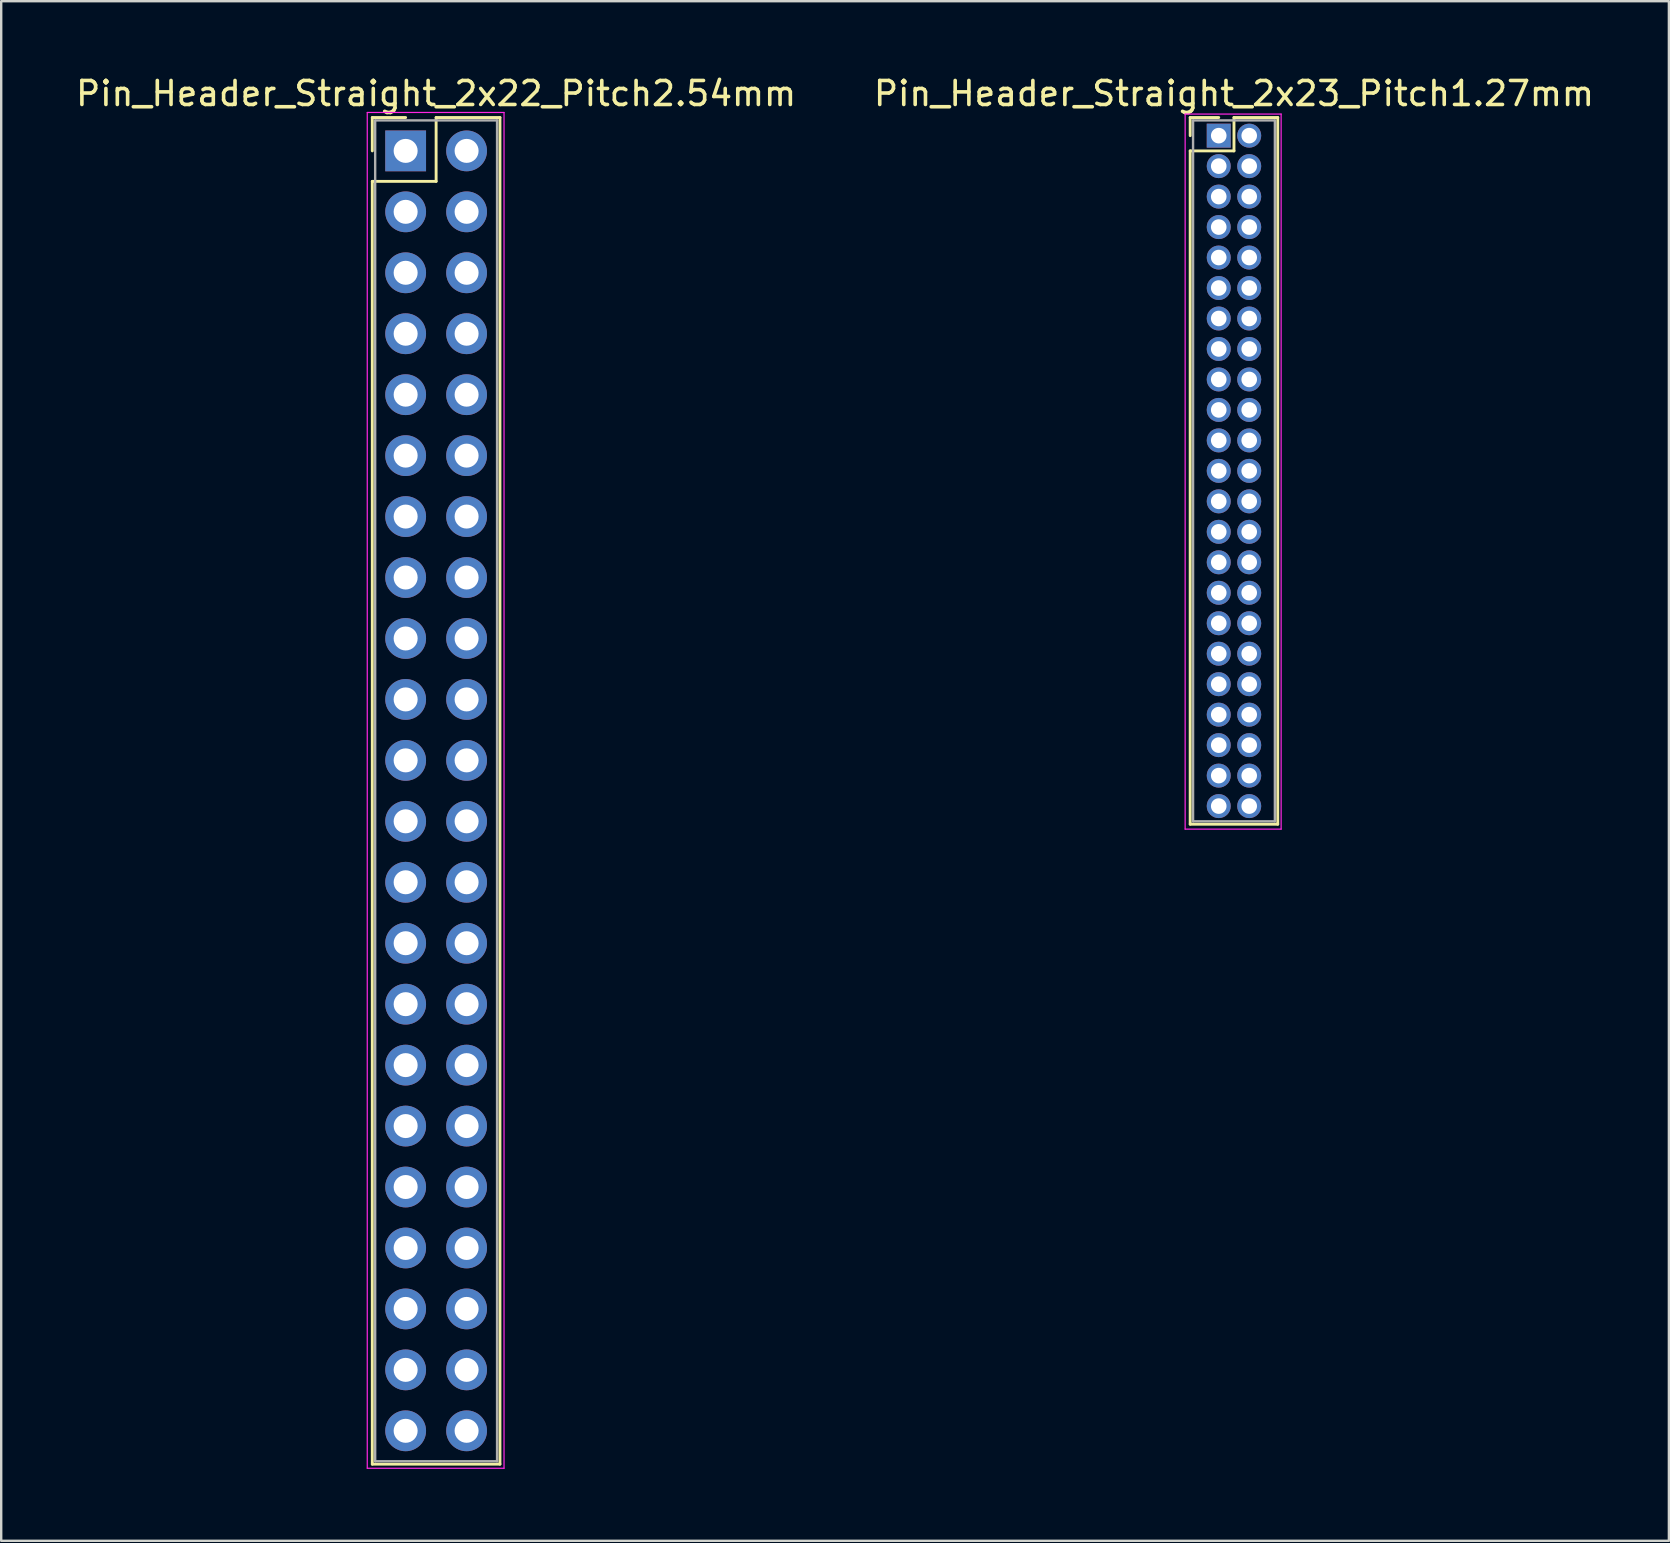
<source format=kicad_pcb>
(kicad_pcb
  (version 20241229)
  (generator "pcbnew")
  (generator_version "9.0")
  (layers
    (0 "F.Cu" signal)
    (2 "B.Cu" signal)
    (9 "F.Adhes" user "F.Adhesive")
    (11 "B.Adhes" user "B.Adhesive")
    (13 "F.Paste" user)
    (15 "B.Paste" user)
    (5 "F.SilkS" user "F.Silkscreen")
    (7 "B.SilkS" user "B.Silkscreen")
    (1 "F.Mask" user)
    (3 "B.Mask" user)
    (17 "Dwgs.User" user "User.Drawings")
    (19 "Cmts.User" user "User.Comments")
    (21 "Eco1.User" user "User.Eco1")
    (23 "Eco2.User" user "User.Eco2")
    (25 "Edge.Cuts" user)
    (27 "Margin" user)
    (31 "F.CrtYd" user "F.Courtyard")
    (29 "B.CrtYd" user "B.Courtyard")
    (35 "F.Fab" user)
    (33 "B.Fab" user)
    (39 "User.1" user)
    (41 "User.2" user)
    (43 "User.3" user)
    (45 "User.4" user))
  (footprint "Pin_Header_Straight_2x23_Pitch1.27mm"
    (layer "F.Cu")
    (at 47.74 2.603)
    (property "Reference" "Pin_Header_Straight_2x23_Pitch1.27mm" (at 0.635 -1.755 0) (layer "F.SilkS") (effects (font (size 1 1) (thickness 0.15))))
    (attr through_hole)
    (fp_line (start -1.19 -0.755) (end 0 -0.755) (stroke (width 0.12) (type solid)) (layer "F.SilkS"))
    (fp_line (start -1.19 0) (end -1.19 -0.755) (stroke (width 0.12) (type solid)) (layer "F.SilkS"))
    (fp_line (start -1.19 0.635) (end -1.19 28.695) (stroke (width 0.12) (type solid)) (layer "F.SilkS"))
    (fp_line (start -1.19 28.695) (end 2.46 28.695) (stroke (width 0.12) (type solid)) (layer "F.SilkS"))
    (fp_line (start 0.635 -0.755) (end 0.635 0.635) (stroke (width 0.12) (type solid)) (layer "F.SilkS"))
    (fp_line (start 0.635 0.635) (end -1.19 0.635) (stroke (width 0.12) (type solid)) (layer "F.SilkS"))
    (fp_line (start 2.46 -0.755) (end 0.635 -0.755) (stroke (width 0.12) (type solid)) (layer "F.SilkS"))
    (fp_line (start 2.46 28.695) (end 2.46 -0.755) (stroke (width 0.12) (type solid)) (layer "F.SilkS"))
    (fp_line (start -1.4 -0.9) (end -1.4 28.9) (stroke (width 0.05) (type solid)) (layer "F.CrtYd"))
    (fp_line (start -1.4 28.9) (end 2.6 28.9) (stroke (width 0.05) (type solid)) (layer "F.CrtYd"))
    (fp_line (start 2.6 -0.9) (end -1.4 -0.9) (stroke (width 0.05) (type solid)) (layer "F.CrtYd"))
    (fp_line (start 2.6 28.9) (end 2.6 -0.9) (stroke (width 0.05) (type solid)) (layer "F.CrtYd"))
    (fp_line (start -1.07 -0.635) (end -1.07 28.575) (stroke (width 0.1) (type solid)) (layer "F.Fab"))
    (fp_line (start -1.07 28.575) (end 2.34 28.575) (stroke (width 0.1) (type solid)) (layer "F.Fab"))
    (fp_line (start 2.34 -0.635) (end -1.07 -0.635) (stroke (width 0.1) (type solid)) (layer "F.Fab"))
    (fp_line (start 2.34 28.575) (end 2.34 -0.635) (stroke (width 0.1) (type solid)) (layer "F.Fab"))
    (pad "1" thru_hole rect (at 0 0) (size 1 1) (drill 0.65) (layers "*.Cu" "*.Mask"))
    (pad "2" thru_hole oval (at 1.27 0) (size 1 1) (drill 0.65) (layers "*.Cu" "*.Mask"))
    (pad "3" thru_hole oval (at 0 1.27) (size 1 1) (drill 0.65) (layers "*.Cu" "*.Mask"))
    (pad "4" thru_hole oval (at 1.27 1.27) (size 1 1) (drill 0.65) (layers "*.Cu" "*.Mask"))
    (pad "5" thru_hole oval (at 0 2.54) (size 1 1) (drill 0.65) (layers "*.Cu" "*.Mask"))
    (pad "6" thru_hole oval (at 1.27 2.54) (size 1 1) (drill 0.65) (layers "*.Cu" "*.Mask"))
    (pad "7" thru_hole oval (at 0 3.81) (size 1 1) (drill 0.65) (layers "*.Cu" "*.Mask"))
    (pad "8" thru_hole oval (at 1.27 3.81) (size 1 1) (drill 0.65) (layers "*.Cu" "*.Mask"))
    (pad "9" thru_hole oval (at 0 5.08) (size 1 1) (drill 0.65) (layers "*.Cu" "*.Mask"))
    (pad "10" thru_hole oval (at 1.27 5.08) (size 1 1) (drill 0.65) (layers "*.Cu" "*.Mask"))
    (pad "11" thru_hole oval (at 0 6.35) (size 1 1) (drill 0.65) (layers "*.Cu" "*.Mask"))
    (pad "12" thru_hole oval (at 1.27 6.35) (size 1 1) (drill 0.65) (layers "*.Cu" "*.Mask"))
    (pad "13" thru_hole oval (at 0 7.62) (size 1 1) (drill 0.65) (layers "*.Cu" "*.Mask"))
    (pad "14" thru_hole oval (at 1.27 7.62) (size 1 1) (drill 0.65) (layers "*.Cu" "*.Mask"))
    (pad "15" thru_hole oval (at 0 8.89) (size 1 1) (drill 0.65) (layers "*.Cu" "*.Mask"))
    (pad "16" thru_hole oval (at 1.27 8.89) (size 1 1) (drill 0.65) (layers "*.Cu" "*.Mask"))
    (pad "17" thru_hole oval (at 0 10.16) (size 1 1) (drill 0.65) (layers "*.Cu" "*.Mask"))
    (pad "18" thru_hole oval (at 1.27 10.16) (size 1 1) (drill 0.65) (layers "*.Cu" "*.Mask"))
    (pad "19" thru_hole oval (at 0 11.43) (size 1 1) (drill 0.65) (layers "*.Cu" "*.Mask"))
    (pad "20" thru_hole oval (at 1.27 11.43) (size 1 1) (drill 0.65) (layers "*.Cu" "*.Mask"))
    (pad "21" thru_hole oval (at 0 12.7) (size 1 1) (drill 0.65) (layers "*.Cu" "*.Mask"))
    (pad "22" thru_hole oval (at 1.27 12.7) (size 1 1) (drill 0.65) (layers "*.Cu" "*.Mask"))
    (pad "23" thru_hole oval (at 0 13.97) (size 1 1) (drill 0.65) (layers "*.Cu" "*.Mask"))
    (pad "24" thru_hole oval (at 1.27 13.97) (size 1 1) (drill 0.65) (layers "*.Cu" "*.Mask"))
    (pad "25" thru_hole oval (at 0 15.24) (size 1 1) (drill 0.65) (layers "*.Cu" "*.Mask"))
    (pad "26" thru_hole oval (at 1.27 15.24) (size 1 1) (drill 0.65) (layers "*.Cu" "*.Mask"))
    (pad "27" thru_hole oval (at 0 16.51) (size 1 1) (drill 0.65) (layers "*.Cu" "*.Mask"))
    (pad "28" thru_hole oval (at 1.27 16.51) (size 1 1) (drill 0.65) (layers "*.Cu" "*.Mask"))
    (pad "29" thru_hole oval (at 0 17.78) (size 1 1) (drill 0.65) (layers "*.Cu" "*.Mask"))
    (pad "30" thru_hole oval (at 1.27 17.78) (size 1 1) (drill 0.65) (layers "*.Cu" "*.Mask"))
    (pad "31" thru_hole oval (at 0 19.05) (size 1 1) (drill 0.65) (layers "*.Cu" "*.Mask"))
    (pad "32" thru_hole oval (at 1.27 19.05) (size 1 1) (drill 0.65) (layers "*.Cu" "*.Mask"))
    (pad "33" thru_hole oval (at 0 20.32) (size 1 1) (drill 0.65) (layers "*.Cu" "*.Mask"))
    (pad "34" thru_hole oval (at 1.27 20.32) (size 1 1) (drill 0.65) (layers "*.Cu" "*.Mask"))
    (pad "35" thru_hole oval (at 0 21.59) (size 1 1) (drill 0.65) (layers "*.Cu" "*.Mask"))
    (pad "36" thru_hole oval (at 1.27 21.59) (size 1 1) (drill 0.65) (layers "*.Cu" "*.Mask"))
    (pad "37" thru_hole oval (at 0 22.86) (size 1 1) (drill 0.65) (layers "*.Cu" "*.Mask"))
    (pad "38" thru_hole oval (at 1.27 22.86) (size 1 1) (drill 0.65) (layers "*.Cu" "*.Mask"))
    (pad "39" thru_hole oval (at 0 24.13) (size 1 1) (drill 0.65) (layers "*.Cu" "*.Mask"))
    (pad "40" thru_hole oval (at 1.27 24.13) (size 1 1) (drill 0.65) (layers "*.Cu" "*.Mask"))
    (pad "41" thru_hole oval (at 0 25.4) (size 1 1) (drill 0.65) (layers "*.Cu" "*.Mask"))
    (pad "42" thru_hole oval (at 1.27 25.4) (size 1 1) (drill 0.65) (layers "*.Cu" "*.Mask"))
    (pad "43" thru_hole oval (at 0 26.67) (size 1 1) (drill 0.65) (layers "*.Cu" "*.Mask"))
    (pad "44" thru_hole oval (at 1.27 26.67) (size 1 1) (drill 0.65) (layers "*.Cu" "*.Mask"))
    (pad "45" thru_hole oval (at 0 27.94) (size 1 1) (drill 0.65) (layers "*.Cu" "*.Mask"))
    (pad "46" thru_hole oval (at 1.27 27.94) (size 1 1) (drill 0.65) (layers "*.Cu" "*.Mask")))
  (footprint "Pin_Header_Straight_2x22_Pitch2.54mm"
    (layer "F.Cu")
    (at 13.855 3.238)
    (property "Reference" "Pin_Header_Straight_2x22_Pitch2.54mm" (at 1.27 -2.39 0) (layer "F.SilkS") (effects (font (size 1 1) (thickness 0.15))))
    (attr through_hole)
    (fp_line (start -1.39 -1.39) (end 0 -1.39) (stroke (width 0.12) (type solid)) (layer "F.SilkS"))
    (fp_line (start -1.39 0) (end -1.39 -1.39) (stroke (width 0.12) (type solid)) (layer "F.SilkS"))
    (fp_line (start -1.39 1.27) (end -1.39 54.73) (stroke (width 0.12) (type solid)) (layer "F.SilkS"))
    (fp_line (start -1.39 54.73) (end 3.93 54.73) (stroke (width 0.12) (type solid)) (layer "F.SilkS"))
    (fp_line (start 1.27 -1.39) (end 1.27 1.27) (stroke (width 0.12) (type solid)) (layer "F.SilkS"))
    (fp_line (start 1.27 1.27) (end -1.39 1.27) (stroke (width 0.12) (type solid)) (layer "F.SilkS"))
    (fp_line (start 3.93 -1.39) (end 1.27 -1.39) (stroke (width 0.12) (type solid)) (layer "F.SilkS"))
    (fp_line (start 3.93 54.73) (end 3.93 -1.39) (stroke (width 0.12) (type solid)) (layer "F.SilkS"))
    (fp_line (start -1.6 -1.6) (end -1.6 54.9) (stroke (width 0.05) (type solid)) (layer "F.CrtYd"))
    (fp_line (start -1.6 54.9) (end 4.1 54.9) (stroke (width 0.05) (type solid)) (layer "F.CrtYd"))
    (fp_line (start 4.1 -1.6) (end -1.6 -1.6) (stroke (width 0.05) (type solid)) (layer "F.CrtYd"))
    (fp_line (start 4.1 54.9) (end 4.1 -1.6) (stroke (width 0.05) (type solid)) (layer "F.CrtYd"))
    (fp_line (start -1.27 -1.27) (end -1.27 54.61) (stroke (width 0.1) (type solid)) (layer "F.Fab"))
    (fp_line (start -1.27 54.61) (end 3.81 54.61) (stroke (width 0.1) (type solid)) (layer "F.Fab"))
    (fp_line (start 3.81 -1.27) (end -1.27 -1.27) (stroke (width 0.1) (type solid)) (layer "F.Fab"))
    (fp_line (start 3.81 54.61) (end 3.81 -1.27) (stroke (width 0.1) (type solid)) (layer "F.Fab"))
    (pad "1" thru_hole rect (at 0 0) (size 1.7 1.7) (drill 1) (layers "*.Cu" "*.Mask"))
    (pad "2" thru_hole oval (at 2.54 0) (size 1.7 1.7) (drill 1) (layers "*.Cu" "*.Mask"))
    (pad "3" thru_hole oval (at 0 2.54) (size 1.7 1.7) (drill 1) (layers "*.Cu" "*.Mask"))
    (pad "4" thru_hole oval (at 2.54 2.54) (size 1.7 1.7) (drill 1) (layers "*.Cu" "*.Mask"))
    (pad "5" thru_hole oval (at 0 5.08) (size 1.7 1.7) (drill 1) (layers "*.Cu" "*.Mask"))
    (pad "6" thru_hole oval (at 2.54 5.08) (size 1.7 1.7) (drill 1) (layers "*.Cu" "*.Mask"))
    (pad "7" thru_hole oval (at 0 7.62) (size 1.7 1.7) (drill 1) (layers "*.Cu" "*.Mask"))
    (pad "8" thru_hole oval (at 2.54 7.62) (size 1.7 1.7) (drill 1) (layers "*.Cu" "*.Mask"))
    (pad "9" thru_hole oval (at 0 10.16) (size 1.7 1.7) (drill 1) (layers "*.Cu" "*.Mask"))
    (pad "10" thru_hole oval (at 2.54 10.16) (size 1.7 1.7) (drill 1) (layers "*.Cu" "*.Mask"))
    (pad "11" thru_hole oval (at 0 12.7) (size 1.7 1.7) (drill 1) (layers "*.Cu" "*.Mask"))
    (pad "12" thru_hole oval (at 2.54 12.7) (size 1.7 1.7) (drill 1) (layers "*.Cu" "*.Mask"))
    (pad "13" thru_hole oval (at 0 15.24) (size 1.7 1.7) (drill 1) (layers "*.Cu" "*.Mask"))
    (pad "14" thru_hole oval (at 2.54 15.24) (size 1.7 1.7) (drill 1) (layers "*.Cu" "*.Mask"))
    (pad "15" thru_hole oval (at 0 17.78) (size 1.7 1.7) (drill 1) (layers "*.Cu" "*.Mask"))
    (pad "16" thru_hole oval (at 2.54 17.78) (size 1.7 1.7) (drill 1) (layers "*.Cu" "*.Mask"))
    (pad "17" thru_hole oval (at 0 20.32) (size 1.7 1.7) (drill 1) (layers "*.Cu" "*.Mask"))
    (pad "18" thru_hole oval (at 2.54 20.32) (size 1.7 1.7) (drill 1) (layers "*.Cu" "*.Mask"))
    (pad "19" thru_hole oval (at 0 22.86) (size 1.7 1.7) (drill 1) (layers "*.Cu" "*.Mask"))
    (pad "20" thru_hole oval (at 2.54 22.86) (size 1.7 1.7) (drill 1) (layers "*.Cu" "*.Mask"))
    (pad "21" thru_hole oval (at 0 25.4) (size 1.7 1.7) (drill 1) (layers "*.Cu" "*.Mask"))
    (pad "22" thru_hole oval (at 2.54 25.4) (size 1.7 1.7) (drill 1) (layers "*.Cu" "*.Mask"))
    (pad "23" thru_hole oval (at 0 27.94) (size 1.7 1.7) (drill 1) (layers "*.Cu" "*.Mask"))
    (pad "24" thru_hole oval (at 2.54 27.94) (size 1.7 1.7) (drill 1) (layers "*.Cu" "*.Mask"))
    (pad "25" thru_hole oval (at 0 30.48) (size 1.7 1.7) (drill 1) (layers "*.Cu" "*.Mask"))
    (pad "26" thru_hole oval (at 2.54 30.48) (size 1.7 1.7) (drill 1) (layers "*.Cu" "*.Mask"))
    (pad "27" thru_hole oval (at 0 33.02) (size 1.7 1.7) (drill 1) (layers "*.Cu" "*.Mask"))
    (pad "28" thru_hole oval (at 2.54 33.02) (size 1.7 1.7) (drill 1) (layers "*.Cu" "*.Mask"))
    (pad "29" thru_hole oval (at 0 35.56) (size 1.7 1.7) (drill 1) (layers "*.Cu" "*.Mask"))
    (pad "30" thru_hole oval (at 2.54 35.56) (size 1.7 1.7) (drill 1) (layers "*.Cu" "*.Mask"))
    (pad "31" thru_hole oval (at 0 38.1) (size 1.7 1.7) (drill 1) (layers "*.Cu" "*.Mask"))
    (pad "32" thru_hole oval (at 2.54 38.1) (size 1.7 1.7) (drill 1) (layers "*.Cu" "*.Mask"))
    (pad "33" thru_hole oval (at 0 40.64) (size 1.7 1.7) (drill 1) (layers "*.Cu" "*.Mask"))
    (pad "34" thru_hole oval (at 2.54 40.64) (size 1.7 1.7) (drill 1) (layers "*.Cu" "*.Mask"))
    (pad "35" thru_hole oval (at 0 43.18) (size 1.7 1.7) (drill 1) (layers "*.Cu" "*.Mask"))
    (pad "36" thru_hole oval (at 2.54 43.18) (size 1.7 1.7) (drill 1) (layers "*.Cu" "*.Mask"))
    (pad "37" thru_hole oval (at 0 45.72) (size 1.7 1.7) (drill 1) (layers "*.Cu" "*.Mask"))
    (pad "38" thru_hole oval (at 2.54 45.72) (size 1.7 1.7) (drill 1) (layers "*.Cu" "*.Mask"))
    (pad "39" thru_hole oval (at 0 48.26) (size 1.7 1.7) (drill 1) (layers "*.Cu" "*.Mask"))
    (pad "40" thru_hole oval (at 2.54 48.26) (size 1.7 1.7) (drill 1) (layers "*.Cu" "*.Mask"))
    (pad "41" thru_hole oval (at 0 50.8) (size 1.7 1.7) (drill 1) (layers "*.Cu" "*.Mask"))
    (pad "42" thru_hole oval (at 2.54 50.8) (size 1.7 1.7) (drill 1) (layers "*.Cu" "*.Mask"))
    (pad "43" thru_hole oval (at 0 53.34) (size 1.7 1.7) (drill 1) (layers "*.Cu" "*.Mask"))
    (pad "44" thru_hole oval (at 2.54 53.34) (size 1.7 1.7) (drill 1) (layers "*.Cu" "*.Mask")))
  (gr_rect
    (start -3 -3)
    (end 66.5 61.163)
    (stroke (width 0.1) (type default))
    (fill no)
    (layer "Edge.Cuts")))
</source>
